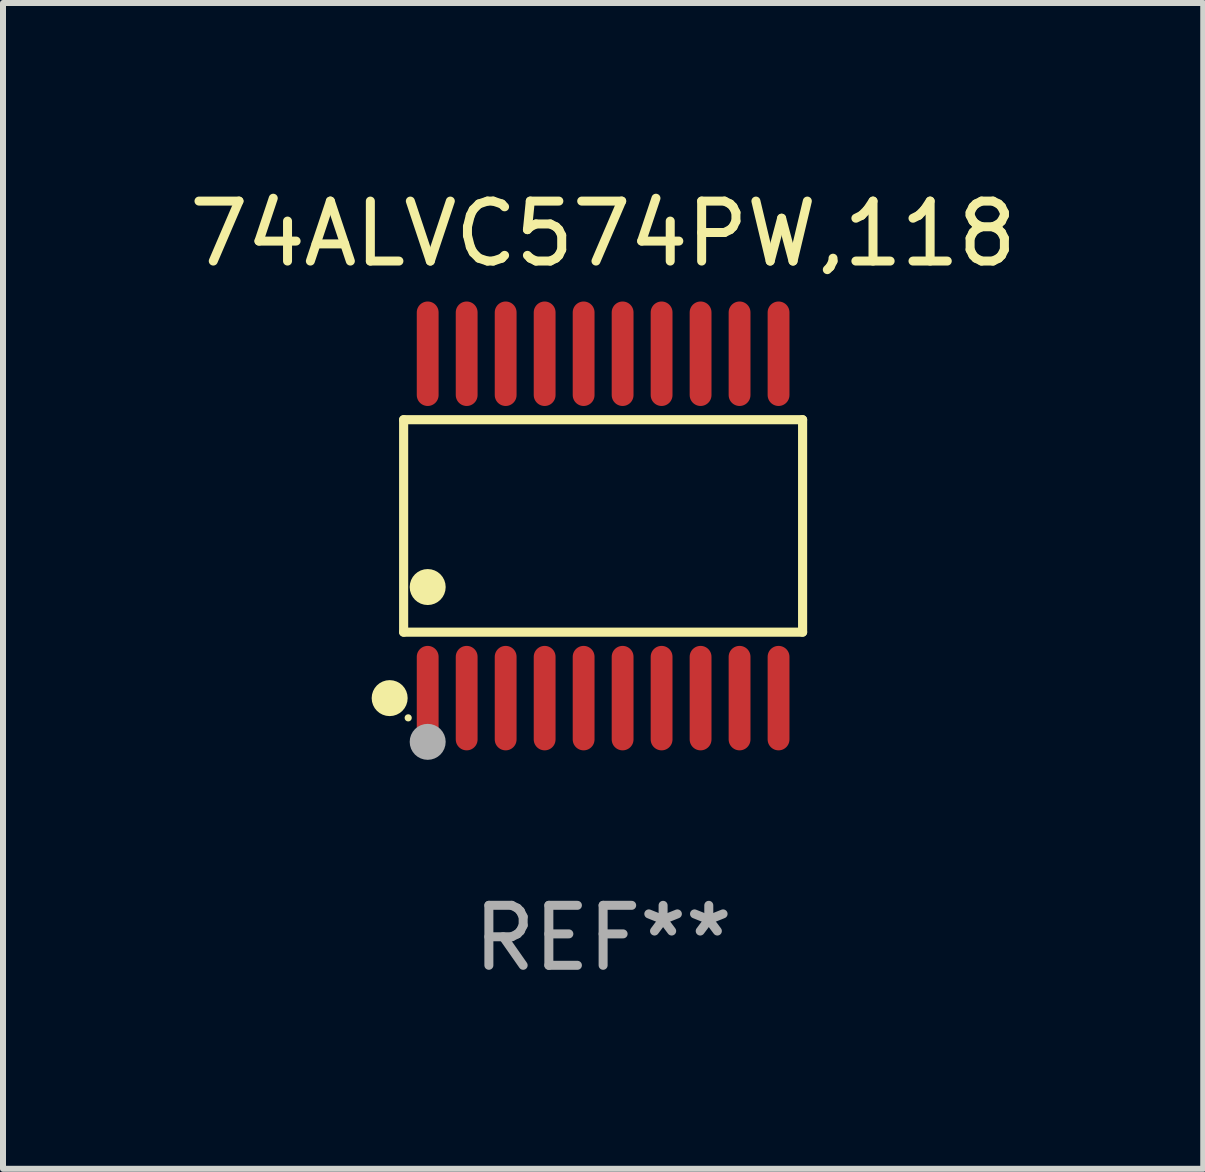
<source format=kicad_pcb>
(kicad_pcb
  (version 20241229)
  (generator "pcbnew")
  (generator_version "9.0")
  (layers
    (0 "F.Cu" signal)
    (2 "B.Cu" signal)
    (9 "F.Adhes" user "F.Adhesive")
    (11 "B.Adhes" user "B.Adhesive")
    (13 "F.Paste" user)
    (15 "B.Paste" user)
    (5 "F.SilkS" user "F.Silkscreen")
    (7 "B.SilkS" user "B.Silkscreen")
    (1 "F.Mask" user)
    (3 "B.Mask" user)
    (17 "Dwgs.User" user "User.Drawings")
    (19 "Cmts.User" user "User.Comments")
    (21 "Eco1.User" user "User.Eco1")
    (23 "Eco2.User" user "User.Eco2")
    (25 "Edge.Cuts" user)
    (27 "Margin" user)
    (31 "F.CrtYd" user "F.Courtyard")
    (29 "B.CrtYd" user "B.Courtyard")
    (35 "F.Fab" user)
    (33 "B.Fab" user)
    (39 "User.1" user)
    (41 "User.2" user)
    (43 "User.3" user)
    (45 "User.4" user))
  (footprint "74ALVC574PW,118"
    (layer "F.Cu")
    (at 7.006 5.719)
    (property "Reference" "74ALVC574PW,118" (at 0 -4.871 0) (layer "F.SilkS") (effects (font (size 1 1) (thickness 0.15))))
    (attr through_hole)
    (fp_line (start -3.326 -1.771) (end 3.326 -1.771) (stroke (width 0.152) (type solid)) (layer "F.SilkS"))
    (fp_line (start -3.326 1.771) (end -3.326 -1.771) (stroke (width 0.152) (type solid)) (layer "F.SilkS"))
    (fp_line (start 3.326 -1.771) (end 3.326 1.771) (stroke (width 0.152) (type solid)) (layer "F.SilkS"))
    (fp_line (start 3.326 1.771) (end -3.326 1.771) (stroke (width 0.152) (type solid)) (layer "F.SilkS"))
    (fp_circle (center -3.559 2.871) (end -3.409 2.871) (stroke (width 0.3) (type solid)) (fill no) (layer "F.SilkS"))
    (fp_circle (center -3.25 3.2) (end -3.22 3.2) (stroke (width 0.06) (type solid)) (fill no) (layer "F.SilkS"))
    (fp_circle (center -2.925 1.019) (end -2.775 1.019) (stroke (width 0.3) (type solid)) (fill no) (layer "F.SilkS"))
    (fp_circle (center -2.925 3.6) (end -2.775 3.6) (stroke (width 0.3) (type solid)) (fill no) (layer "F.Fab"))
    (fp_text user "REF**" (at 0 6.871 0) (layer "F.Fab") (effects (font (size 1 1) (thickness 0.15))))
    (pad "1" smd oval (at -2.925 2.871) (size 0.364 1.742) (layers "F.Cu" "F.Mask" "F.Paste"))
    (pad "2" smd oval (at -2.275 2.871) (size 0.364 1.742) (layers "F.Cu" "F.Mask" "F.Paste"))
    (pad "3" smd oval (at -1.625 2.871) (size 0.364 1.742) (layers "F.Cu" "F.Mask" "F.Paste"))
    (pad "4" smd oval (at -0.975 2.871) (size 0.364 1.742) (layers "F.Cu" "F.Mask" "F.Paste"))
    (pad "5" smd oval (at -0.325 2.871) (size 0.364 1.742) (layers "F.Cu" "F.Mask" "F.Paste"))
    (pad "6" smd oval (at 0.325 2.871) (size 0.364 1.742) (layers "F.Cu" "F.Mask" "F.Paste"))
    (pad "7" smd oval (at 0.975 2.871) (size 0.364 1.742) (layers "F.Cu" "F.Mask" "F.Paste"))
    (pad "8" smd oval (at 1.625 2.871) (size 0.364 1.742) (layers "F.Cu" "F.Mask" "F.Paste"))
    (pad "9" smd oval (at 2.275 2.871) (size 0.364 1.742) (layers "F.Cu" "F.Mask" "F.Paste"))
    (pad "10" smd oval (at 2.925 2.871) (size 0.364 1.742) (layers "F.Cu" "F.Mask" "F.Paste"))
    (pad "11" smd oval (at 2.925 -2.871) (size 0.364 1.742) (layers "F.Cu" "F.Mask" "F.Paste"))
    (pad "12" smd oval (at 2.275 -2.871) (size 0.364 1.742) (layers "F.Cu" "F.Mask" "F.Paste"))
    (pad "13" smd oval (at 1.625 -2.871) (size 0.364 1.742) (layers "F.Cu" "F.Mask" "F.Paste"))
    (pad "14" smd oval (at 0.975 -2.871) (size 0.364 1.742) (layers "F.Cu" "F.Mask" "F.Paste"))
    (pad "15" smd oval (at 0.325 -2.871) (size 0.364 1.742) (layers "F.Cu" "F.Mask" "F.Paste"))
    (pad "16" smd oval (at -0.325 -2.871) (size 0.364 1.742) (layers "F.Cu" "F.Mask" "F.Paste"))
    (pad "17" smd oval (at -0.975 -2.871) (size 0.364 1.742) (layers "F.Cu" "F.Mask" "F.Paste"))
    (pad "18" smd oval (at -1.625 -2.871) (size 0.364 1.742) (layers "F.Cu" "F.Mask" "F.Paste"))
    (pad "19" smd oval (at -2.275 -2.871) (size 0.364 1.742) (layers "F.Cu" "F.Mask" "F.Paste"))
    (pad "20" smd oval (at -2.925 -2.871) (size 0.364 1.742) (layers "F.Cu" "F.Mask" "F.Paste")))
  (gr_rect
    (start -3 -3)
    (end 17.012 16.438)
    (stroke (width 0.1) (type default))
    (fill no)
    (layer "Edge.Cuts")))
</source>
